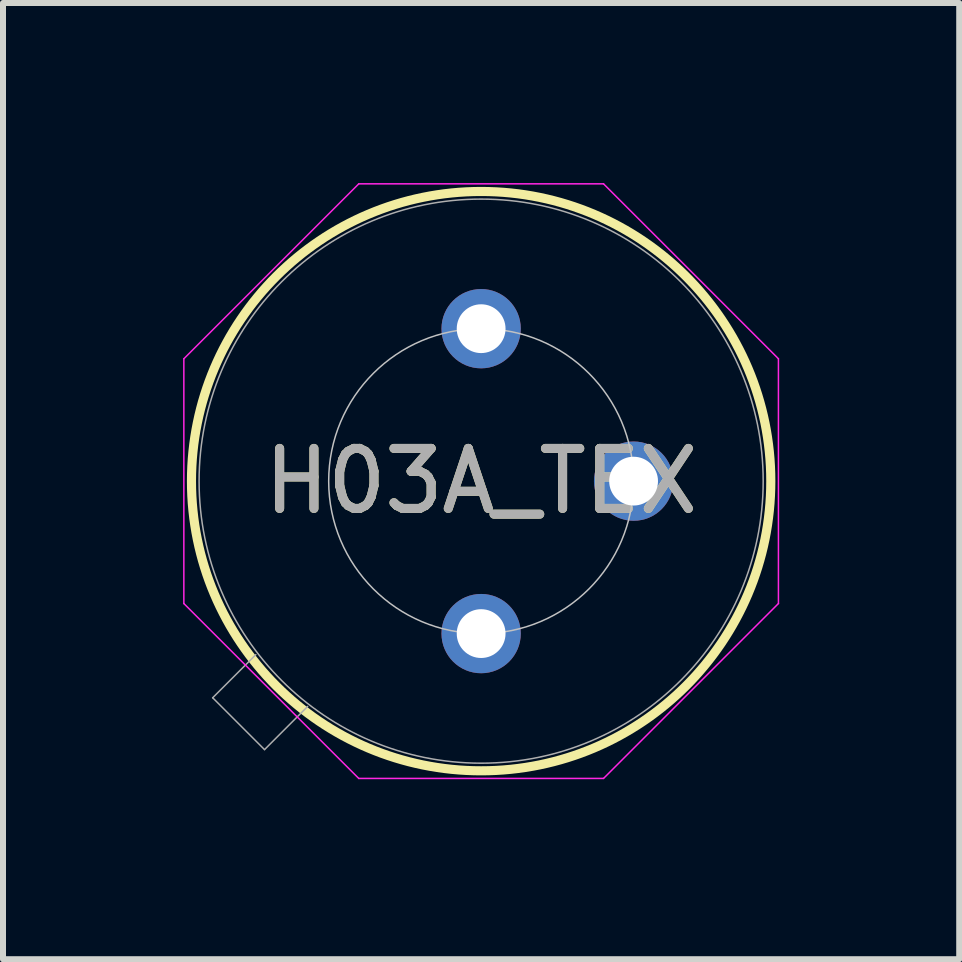
<source format=kicad_pcb>
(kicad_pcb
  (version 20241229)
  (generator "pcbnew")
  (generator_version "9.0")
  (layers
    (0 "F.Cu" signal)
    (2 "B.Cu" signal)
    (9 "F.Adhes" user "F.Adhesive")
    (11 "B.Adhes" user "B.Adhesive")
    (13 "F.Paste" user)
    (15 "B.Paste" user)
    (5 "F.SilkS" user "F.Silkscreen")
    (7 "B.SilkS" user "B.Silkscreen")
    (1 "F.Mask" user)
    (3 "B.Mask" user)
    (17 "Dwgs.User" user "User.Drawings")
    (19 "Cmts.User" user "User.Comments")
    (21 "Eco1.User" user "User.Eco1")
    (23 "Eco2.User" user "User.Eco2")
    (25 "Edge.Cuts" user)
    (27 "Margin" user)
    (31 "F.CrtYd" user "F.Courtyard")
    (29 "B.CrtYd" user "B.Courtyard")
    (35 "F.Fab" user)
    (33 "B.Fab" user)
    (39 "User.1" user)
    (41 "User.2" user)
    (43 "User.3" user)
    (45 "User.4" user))
  (footprint "H03A_TEX"
    (layer "F.Cu")
    (at 4.966 2.426)
    (property "Reference" "H03A_TEX" (at 0 2.54 0) (unlocked yes) (layer "F.SilkS") (effects (font (size 1 1) (thickness 0.15))))
    (attr through_hole)
    (fp_circle (center 0 2.54) (end 4.826 2.54) (stroke (width 0.152) (type solid)) (fill no) (layer "F.SilkS"))
    (fp_circle (center 0 2.54) (end 2.54 2.54) (stroke (width 0.025) (type solid)) (fill no) (layer "Dwgs.User"))
    (fp_line (start -4.953 0.501) (end -2.039 -2.413) (stroke (width 0.025) (type solid)) (layer "F.CrtYd"))
    (fp_line (start -4.953 4.579) (end -4.953 0.501) (stroke (width 0.025) (type solid)) (layer "F.CrtYd"))
    (fp_line (start -2.039 -2.413) (end 2.039 -2.413) (stroke (width 0.025) (type solid)) (layer "F.CrtYd"))
    (fp_line (start -2.039 7.493) (end -4.953 4.579) (stroke (width 0.025) (type solid)) (layer "F.CrtYd"))
    (fp_line (start 2.039 -2.413) (end 4.953 0.501) (stroke (width 0.025) (type solid)) (layer "F.CrtYd"))
    (fp_line (start 2.039 7.493) (end -2.039 7.493) (stroke (width 0.025) (type solid)) (layer "F.CrtYd"))
    (fp_line (start 4.953 0.501) (end 4.953 4.579) (stroke (width 0.025) (type solid)) (layer "F.CrtYd"))
    (fp_line (start 4.953 4.579) (end 2.039 7.493) (stroke (width 0.025) (type solid)) (layer "F.CrtYd"))
    (fp_line (start -4.473 6.149) (end -3.754 5.431) (stroke (width 0.025) (type solid)) (layer "F.Fab"))
    (fp_line (start -3.609 7.013) (end -4.473 6.149) (stroke (width 0.025) (type solid)) (layer "F.Fab"))
    (fp_line (start -3.609 7.013) (end -2.891 6.294) (stroke (width 0.025) (type solid)) (layer "F.Fab"))
    (fp_circle (center 0 2.54) (end 4.699 2.54) (stroke (width 0.025) (type solid)) (fill no) (layer "F.Fab"))
    (fp_text user "${REFERENCE}" (at 0 2.54 0) (unlocked yes) (layer "F.Fab") (effects (font (size 1 1) (thickness 0.15))))
    (pad "1" thru_hole circle (at 0 5.08) (size 1.321 1.321) (drill 0.813) (layers "*.Cu" "*.Mask"))
    (pad "2" thru_hole circle (at 2.54 2.54) (size 1.321 1.321) (drill 0.813) (layers "*.Cu" "*.Mask"))
    (pad "3" thru_hole circle (at 0 0) (size 1.321 1.321) (drill 0.813) (layers "*.Cu" "*.Mask")))
  (gr_rect
    (start -3 -3)
    (end 12.931 12.931)
    (stroke (width 0.1) (type default))
    (fill no)
    (layer "Edge.Cuts")))
</source>
